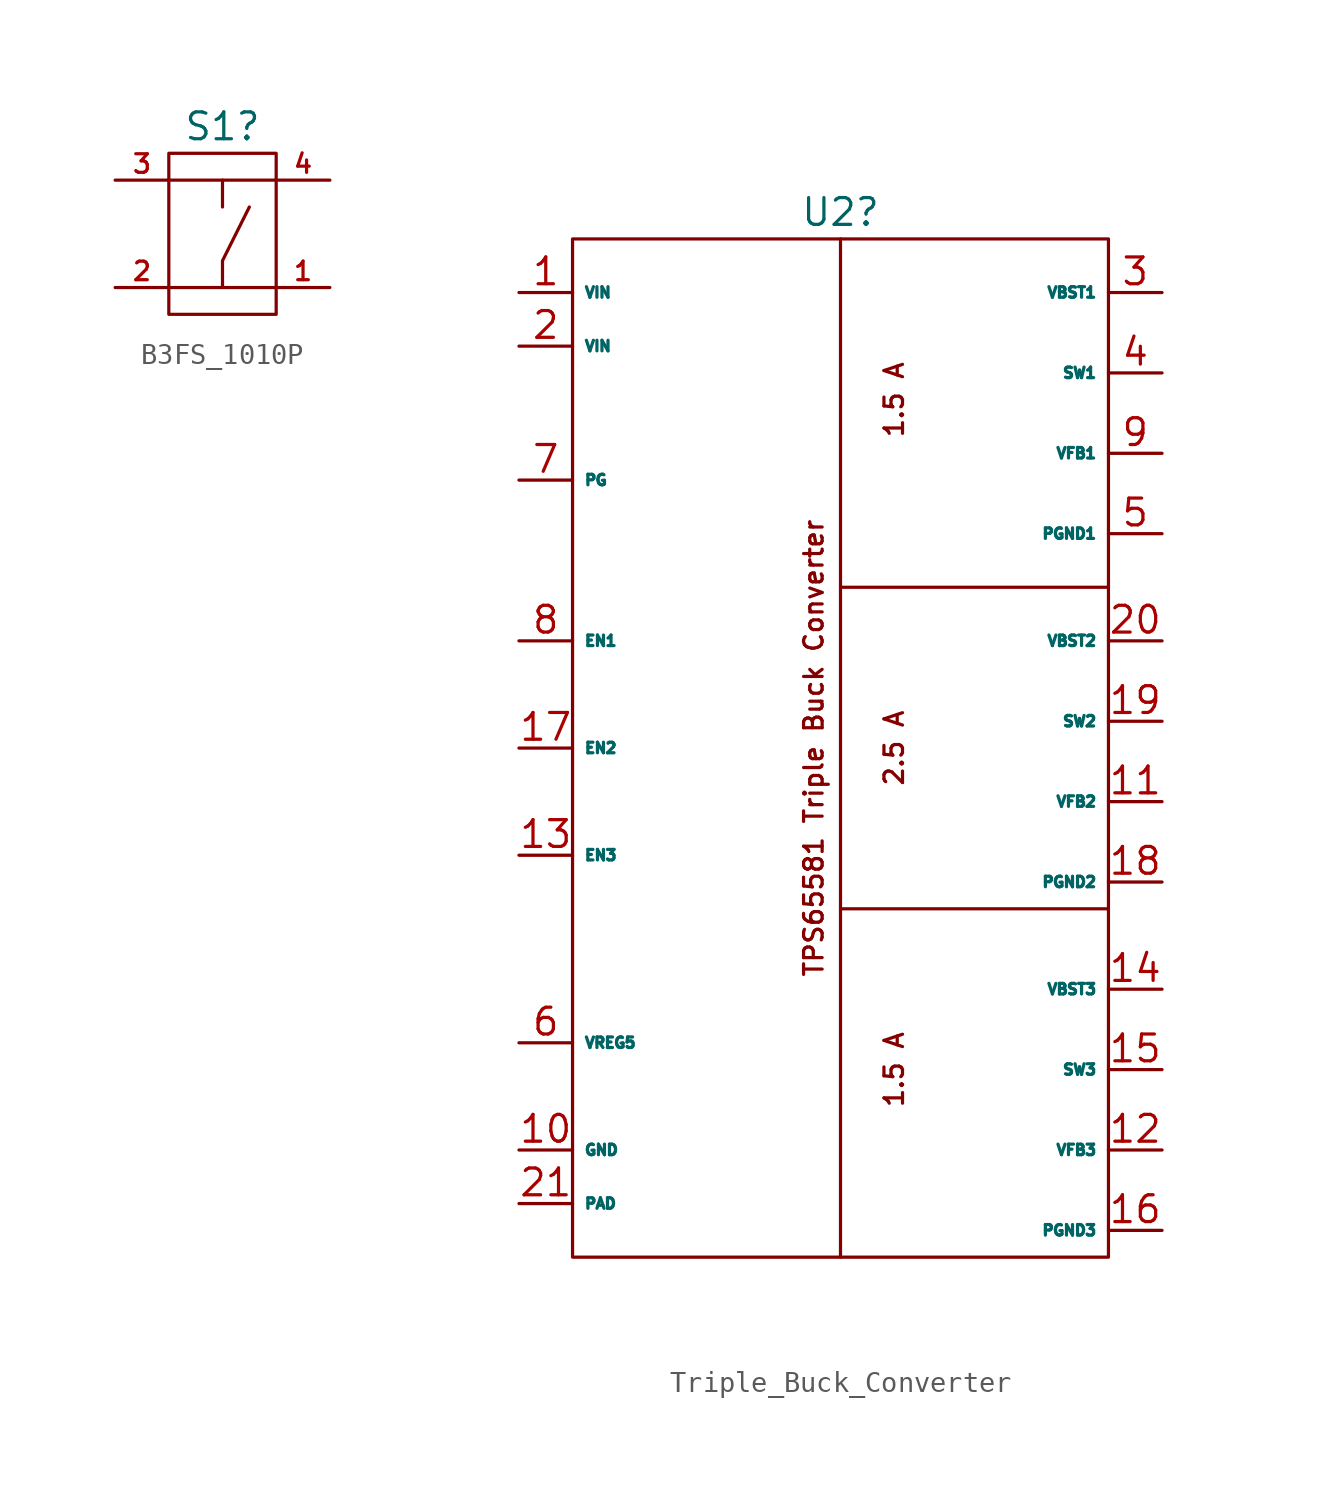
<source format=kicad_sym>
(kicad_symbol_lib
  (version 20220914)
  (generator kicad_symbol_editor)
  (symbol "B3FS_1010P"
    (property "Reference" "S1"
      (at 0 5.08 0)
      (effects (font (size 1.27 1.27))))
    (property "Value" ""
      (at 0 0 0)
      (effects (font (size 1.27 1.27))))
    (symbol "B3FS_1010P_0_1"
      (rectangle (start -2.54 2.54) (end 2.54 2.54) (stroke (width 0) (type default)) (fill (type none)))
      (rectangle (start -2.54 3.81) (end 2.54 -3.81) (stroke (width 0) (type default)) (fill (type none)))
      (polyline (pts (xy 0 2.54) (xy 0 1.27)) (stroke (width 0) (type default)) (fill (type none)))
      (polyline (pts (xy -2.54 -2.54) (xy 2.54 -2.54) (xy 0 -2.54) (xy 0 -1.27) (xy 1.27 1.27)) (stroke (width 0) (type default)) (fill (type none))))
    (symbol "B3FS_1010P_1_1"
      (pin input line (at 5.08 -2.54 180) (length 2.54) (name "" (effects (font (size 0.5 0.5)))) (number "1" (effects (font (size 0.88 0.88)))))
      (pin input line (at -5.08 -2.54 0) (length 2.54) (name "" (effects (font (size 0.5 0.5)))) (number "2" (effects (font (size 0.88 0.88)))))
      (pin input line (at -5.08 2.54 0) (length 2.54) (name "" (effects (font (size 0.5 0.5)))) (number "3" (effects (font (size 0.88 0.88)))))
      (pin input line (at 5.08 2.54 180) (length 2.54) (name "" (effects (font (size 0.5 0.5)))) (number "4" (effects (font (size 0.88 0.88)))))))
  (symbol "Triple_Buck_Converter"
    (property "Reference" "U2"
      (at 0 25.4 0)
      (effects (font (size 1.27 1.27))))
    (property "Value" ""
      (at 0 0 0)
      (effects (font (size 1.27 1.27))))
    (symbol "Triple_Buck_Converter_0_1"
      (rectangle (start -12.7 24.13) (end 12.7 -24.13) (stroke (width 0) (type default)) (fill (type none)))
      (polyline (pts (xy 0 -7.62) (xy 12.7 -7.62)) (stroke (width 0) (type default)) (fill (type none)))
      (polyline (pts (xy 0 7.62) (xy 12.7 7.62)) (stroke (width 0) (type default)) (fill (type none))))
    (symbol "Triple_Buck_Converter_1_1"
      (polyline (pts (xy 0 24.13) (xy 0 -24.13)) (stroke (width 0) (type default)) (fill (type none)))
      (text "1.5 A" (at 2.54 -15.24 900) (effects (font (size 0.88 0.88))))
      (text "1.5 A" (at 2.54 16.51 900) (effects (font (size 0.88 0.88))))
      (text "2.5 A" (at 2.54 0 900) (effects (font (size 0.88 0.88))))
      (text "TPS65581 Triple Buck Converter" (at -1.27 0 900) (effects (font (size 0.88 0.88))))
      (pin input line (at -15.24 21.59 0) (length 2.54) (name "VIN" (effects (font (size 0.5 0.5)))) (number "1" (effects (font (size 1.27 1.27)))))
      (pin input line (at -15.24 -19.05 0) (length 2.54) (name "GND" (effects (font (size 0.5 0.5)))) (number "10" (effects (font (size 1.27 1.27)))))
      (pin input line (at 15.24 -2.54 180) (length 2.54) (name "VFB2" (effects (font (size 0.5 0.5)))) (number "11" (effects (font (size 1.27 1.27)))))
      (pin input line (at 15.24 -19.05 180) (length 2.54) (name "VFB3" (effects (font (size 0.5 0.5)))) (number "12" (effects (font (size 1.27 1.27)))))
      (pin input line (at -15.24 -5.08 0) (length 2.54) (name "EN3" (effects (font (size 0.5 0.5)))) (number "13" (effects (font (size 1.27 1.27)))))
      (pin input line (at 15.24 -11.43 180) (length 2.54) (name "VBST3" (effects (font (size 0.5 0.5)))) (number "14" (effects (font (size 1.27 1.27)))))
      (pin input line (at 15.24 -15.24 180) (length 2.54) (name "SW3" (effects (font (size 0.5 0.5)))) (number "15" (effects (font (size 1.27 1.27)))))
      (pin input line (at 15.24 -22.86 180) (length 2.54) (name "PGND3" (effects (font (size 0.5 0.5)))) (number "16" (effects (font (size 1.27 1.27)))))
      (pin input line (at -15.24 0 0) (length 2.54) (name "EN2" (effects (font (size 0.5 0.5)))) (number "17" (effects (font (size 1.27 1.27)))))
      (pin input line (at 15.24 -6.35 180) (length 2.54) (name "PGND2" (effects (font (size 0.5 0.5)))) (number "18" (effects (font (size 1.27 1.27)))))
      (pin input line (at 15.24 1.27 180) (length 2.54) (name "SW2" (effects (font (size 0.5 0.5)))) (number "19" (effects (font (size 1.27 1.27)))))
      (pin input line (at -15.24 19.05 0) (length 2.54) (name "VIN" (effects (font (size 0.5 0.5)))) (number "2" (effects (font (size 1.27 1.27)))))
      (pin input line (at 15.24 5.08 180) (length 2.54) (name "VBST2" (effects (font (size 0.5 0.5)))) (number "20" (effects (font (size 1.27 1.27)))))
      (pin input line (at -15.24 -21.59 0) (length 2.54) (name "PAD" (effects (font (size 0.5 0.5)))) (number "21" (effects (font (size 1.27 1.27)))))
      (pin input line (at 15.24 21.59 180) (length 2.54) (name "VBST1" (effects (font (size 0.5 0.5)))) (number "3" (effects (font (size 1.27 1.27)))))
      (pin input line (at 15.24 17.78 180) (length 2.54) (name "SW1" (effects (font (size 0.5 0.5)))) (number "4" (effects (font (size 1.27 1.27)))))
      (pin input line (at 15.24 10.16 180) (length 2.54) (name "PGND1" (effects (font (size 0.5 0.5)))) (number "5" (effects (font (size 1.27 1.27)))))
      (pin input line (at -15.24 -13.97 0) (length 2.54) (name "VREG5" (effects (font (size 0.5 0.5)))) (number "6" (effects (font (size 1.27 1.27)))))
      (pin input line (at -15.24 12.7 0) (length 2.54) (name "PG" (effects (font (size 0.5 0.5)))) (number "7" (effects (font (size 1.27 1.27)))))
      (pin input line (at -15.24 5.08 0) (length 2.54) (name "EN1" (effects (font (size 0.5 0.5)))) (number "8" (effects (font (size 1.27 1.27)))))
      (pin input line (at 15.24 13.97 180) (length 2.54) (name "VFB1" (effects (font (size 0.5 0.5)))) (number "9" (effects (font (size 1.27 1.27))))))))
</source>
